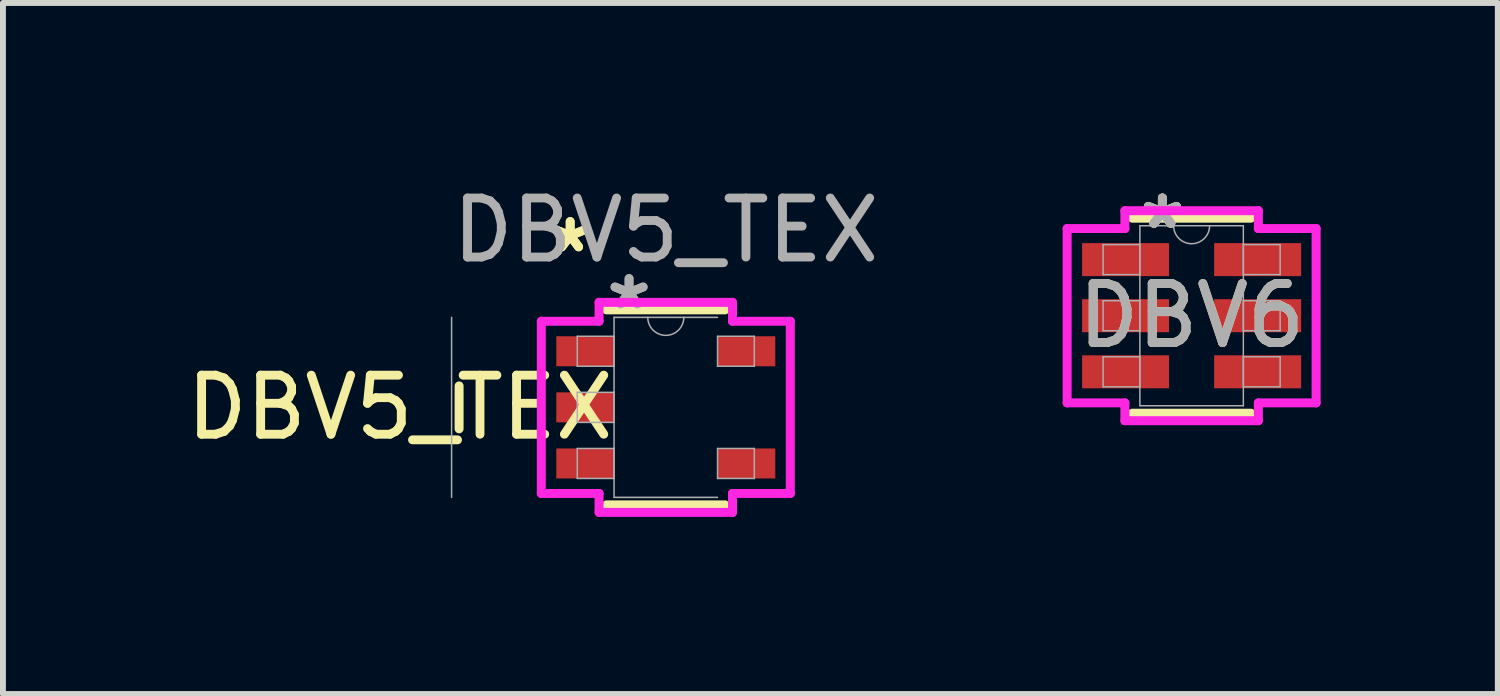
<source format=kicad_pcb>
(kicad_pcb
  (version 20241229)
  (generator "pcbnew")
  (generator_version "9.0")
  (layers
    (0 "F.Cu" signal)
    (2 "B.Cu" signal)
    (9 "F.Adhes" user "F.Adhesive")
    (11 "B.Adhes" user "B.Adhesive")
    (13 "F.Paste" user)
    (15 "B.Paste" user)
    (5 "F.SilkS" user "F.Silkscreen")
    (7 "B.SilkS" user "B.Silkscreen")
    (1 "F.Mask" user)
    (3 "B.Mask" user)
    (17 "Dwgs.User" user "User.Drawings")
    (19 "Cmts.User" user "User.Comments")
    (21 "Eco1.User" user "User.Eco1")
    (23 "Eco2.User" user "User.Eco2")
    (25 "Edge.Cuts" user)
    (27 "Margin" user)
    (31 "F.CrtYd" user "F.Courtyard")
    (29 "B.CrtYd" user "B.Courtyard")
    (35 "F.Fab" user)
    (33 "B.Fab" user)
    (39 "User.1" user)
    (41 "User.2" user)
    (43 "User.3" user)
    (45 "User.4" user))
  (footprint "DBV5_TEX"
    (layer "F.Cu")
    (at 8.224 3.848)
    (property "Reference" "DBV5_TEX" (at -4.503 0 0) (unlocked yes) (layer "F.SilkS") (effects (font (size 1 1) (thickness 0.15))))
    (attr smd)
    (fp_line (start -3.5 0.363) (end -3.5 -0.363) (stroke (width 0.152) (type solid)) (layer "F.SilkS"))
    (fp_line (start -1.003 1.651) (end 1.003 1.651) (stroke (width 0.152) (type solid)) (layer "F.SilkS"))
    (fp_line (start 1.003 -1.651) (end -1.003 -1.651) (stroke (width 0.152) (type solid)) (layer "F.SilkS"))
    (fp_line (start -2.108 -1.458) (end -1.13 -1.458) (stroke (width 0.152) (type solid)) (layer "F.CrtYd"))
    (fp_line (start -2.108 1.458) (end -2.108 -1.458) (stroke (width 0.152) (type solid)) (layer "F.CrtYd"))
    (fp_line (start -1.13 -1.778) (end 1.13 -1.778) (stroke (width 0.152) (type solid)) (layer "F.CrtYd"))
    (fp_line (start -1.13 -1.458) (end -1.13 -1.778) (stroke (width 0.152) (type solid)) (layer "F.CrtYd"))
    (fp_line (start -1.13 1.458) (end -2.108 1.458) (stroke (width 0.152) (type solid)) (layer "F.CrtYd"))
    (fp_line (start -1.13 1.778) (end -1.13 1.458) (stroke (width 0.152) (type solid)) (layer "F.CrtYd"))
    (fp_line (start 1.13 -1.778) (end 1.13 -1.458) (stroke (width 0.152) (type solid)) (layer "F.CrtYd"))
    (fp_line (start 1.13 -1.458) (end 2.108 -1.458) (stroke (width 0.152) (type solid)) (layer "F.CrtYd"))
    (fp_line (start 1.13 1.458) (end 1.13 1.778) (stroke (width 0.152) (type solid)) (layer "F.CrtYd"))
    (fp_line (start 1.13 1.778) (end -1.13 1.778) (stroke (width 0.152) (type solid)) (layer "F.CrtYd"))
    (fp_line (start 2.108 -1.458) (end 2.108 1.458) (stroke (width 0.152) (type solid)) (layer "F.CrtYd"))
    (fp_line (start 2.108 1.458) (end 1.13 1.458) (stroke (width 0.152) (type solid)) (layer "F.CrtYd"))
    (fp_line (start -3.627 1.524) (end -3.627 -1.524) (stroke (width 0.025) (type solid)) (layer "F.Fab"))
    (fp_line (start -1.499 -1.204) (end -1.499 -0.696) (stroke (width 0.025) (type solid)) (layer "F.Fab"))
    (fp_line (start -1.499 -0.696) (end -0.876 -0.696) (stroke (width 0.025) (type solid)) (layer "F.Fab"))
    (fp_line (start -1.499 -0.254) (end -1.499 0.254) (stroke (width 0.025) (type solid)) (layer "F.Fab"))
    (fp_line (start -1.499 0.254) (end -0.876 0.254) (stroke (width 0.025) (type solid)) (layer "F.Fab"))
    (fp_line (start -1.499 0.696) (end -1.499 1.204) (stroke (width 0.025) (type solid)) (layer "F.Fab"))
    (fp_line (start -1.499 1.204) (end -0.876 1.204) (stroke (width 0.025) (type solid)) (layer "F.Fab"))
    (fp_line (start -0.876 -1.524) (end -0.876 1.524) (stroke (width 0.025) (type solid)) (layer "F.Fab"))
    (fp_line (start -0.876 -1.204) (end -1.499 -1.204) (stroke (width 0.025) (type solid)) (layer "F.Fab"))
    (fp_line (start -0.876 -0.696) (end -0.876 -1.204) (stroke (width 0.025) (type solid)) (layer "F.Fab"))
    (fp_line (start -0.876 -0.254) (end -1.499 -0.254) (stroke (width 0.025) (type solid)) (layer "F.Fab"))
    (fp_line (start -0.876 0.254) (end -0.876 -0.254) (stroke (width 0.025) (type solid)) (layer "F.Fab"))
    (fp_line (start -0.876 0.696) (end -1.499 0.696) (stroke (width 0.025) (type solid)) (layer "F.Fab"))
    (fp_line (start -0.876 1.204) (end -0.876 0.696) (stroke (width 0.025) (type solid)) (layer "F.Fab"))
    (fp_line (start -0.876 1.524) (end 0.876 1.524) (stroke (width 0.025) (type solid)) (layer "F.Fab"))
    (fp_line (start 0.876 -1.524) (end -0.876 -1.524) (stroke (width 0.025) (type solid)) (layer "F.Fab"))
    (fp_line (start 0.876 -1.204) (end 0.876 -0.696) (stroke (width 0.025) (type solid)) (layer "F.Fab"))
    (fp_line (start 0.876 -0.696) (end 1.499 -0.696) (stroke (width 0.025) (type solid)) (layer "F.Fab"))
    (fp_line (start 0.876 0.696) (end 0.876 1.204) (stroke (width 0.025) (type solid)) (layer "F.Fab"))
    (fp_line (start 0.876 1.204) (end 1.499 1.204) (stroke (width 0.025) (type solid)) (layer "F.Fab"))
    (fp_line (start 1.499 -1.204) (end 0.876 -1.204) (stroke (width 0.025) (type solid)) (layer "F.Fab"))
    (fp_line (start 1.499 -0.696) (end 1.499 -1.204) (stroke (width 0.025) (type solid)) (layer "F.Fab"))
    (fp_line (start 1.499 0.696) (end 0.876 0.696) (stroke (width 0.025) (type solid)) (layer "F.Fab"))
    (fp_line (start 1.499 1.204) (end 1.499 0.696) (stroke (width 0.025) (type solid)) (layer "F.Fab"))
    (fp_arc (start 0.3048 -1.524) (mid 0 -1.2192) (end -0.3048 -1.524) (stroke (width 0.0254) (type solid)) (layer "F.Fab"))
    (fp_text user "*" (at -1.619 -2.601 0) (unlocked yes) (layer "F.SilkS") (effects (font (size 1 1) (thickness 0.15))))
    (fp_text user "*" (at -1.619 -2.601 0) (layer "F.SilkS") (effects (font (size 1 1) (thickness 0.15))))
    (fp_text user "*" (at -0.622 -1.636 0) (layer "F.Fab") (effects (font (size 1 1) (thickness 0.15))))
    (fp_text user "${REFERENCE}" (at 0 -3 0) (unlocked yes) (layer "F.Fab") (effects (font (size 1 1) (thickness 0.15))))
    (fp_text user "*" (at -0.622 -1.636 0) (unlocked yes) (layer "F.Fab") (effects (font (size 1 1) (thickness 0.15))))
    (pad "1" smd rect (at -1.365 -0.95) (size 0.978 0.508) (layers "F.Cu" "F.Mask" "F.Paste"))
    (pad "2" smd rect (at -1.365 0) (size 0.978 0.508) (layers "F.Cu" "F.Mask" "F.Paste"))
    (pad "3" smd rect (at -1.365 0.95) (size 0.978 0.508) (layers "F.Cu" "F.Mask" "F.Paste"))
    (pad "4" smd rect (at 1.365 0.95) (size 0.978 0.508) (layers "F.Cu" "F.Mask" "F.Paste"))
    (pad "5" smd rect (at 1.365 -0.95) (size 0.978 0.508) (layers "F.Cu" "F.Mask" "F.Paste")))
  (footprint "DBV6"
    (layer "F.Cu")
    (at 17.128 2.296)
    (property "Reference" "DBV6" (at 0 0 0) (unlocked yes) (layer "F.SilkS") (effects (font (size 1 1) (thickness 0.15))))
    (attr smd)
    (fp_line (start -1.003 1.651) (end 1.003 1.651) (stroke (width 0.152) (type solid)) (layer "F.SilkS"))
    (fp_line (start 1.003 -1.651) (end -1.003 -1.651) (stroke (width 0.152) (type solid)) (layer "F.SilkS"))
    (fp_line (start -2.108 -1.476) (end -1.13 -1.476) (stroke (width 0.152) (type solid)) (layer "F.CrtYd"))
    (fp_line (start -2.108 1.476) (end -2.108 -1.476) (stroke (width 0.152) (type solid)) (layer "F.CrtYd"))
    (fp_line (start -2.108 1.476) (end -1.13 1.476) (stroke (width 0.152) (type solid)) (layer "F.CrtYd"))
    (fp_line (start -1.13 -1.778) (end 1.13 -1.778) (stroke (width 0.152) (type solid)) (layer "F.CrtYd"))
    (fp_line (start -1.13 -1.476) (end -1.13 -1.778) (stroke (width 0.152) (type solid)) (layer "F.CrtYd"))
    (fp_line (start -1.13 1.778) (end -1.13 1.476) (stroke (width 0.152) (type solid)) (layer "F.CrtYd"))
    (fp_line (start 1.13 -1.778) (end 1.13 -1.476) (stroke (width 0.152) (type solid)) (layer "F.CrtYd"))
    (fp_line (start 1.13 1.476) (end 1.13 1.778) (stroke (width 0.152) (type solid)) (layer "F.CrtYd"))
    (fp_line (start 1.13 1.778) (end -1.13 1.778) (stroke (width 0.152) (type solid)) (layer "F.CrtYd"))
    (fp_line (start 2.108 -1.476) (end 1.13 -1.476) (stroke (width 0.152) (type solid)) (layer "F.CrtYd"))
    (fp_line (start 2.108 -1.476) (end 2.108 1.476) (stroke (width 0.152) (type solid)) (layer "F.CrtYd"))
    (fp_line (start 2.108 1.476) (end 1.13 1.476) (stroke (width 0.152) (type solid)) (layer "F.CrtYd"))
    (fp_line (start -1.499 -1.204) (end -1.499 -0.696) (stroke (width 0.025) (type solid)) (layer "F.Fab"))
    (fp_line (start -1.499 -0.696) (end -0.876 -0.696) (stroke (width 0.025) (type solid)) (layer "F.Fab"))
    (fp_line (start -1.499 -0.254) (end -1.499 0.254) (stroke (width 0.025) (type solid)) (layer "F.Fab"))
    (fp_line (start -1.499 0.254) (end -0.876 0.254) (stroke (width 0.025) (type solid)) (layer "F.Fab"))
    (fp_line (start -1.499 0.696) (end -1.499 1.204) (stroke (width 0.025) (type solid)) (layer "F.Fab"))
    (fp_line (start -1.499 1.204) (end -0.876 1.204) (stroke (width 0.025) (type solid)) (layer "F.Fab"))
    (fp_line (start -0.876 -1.524) (end -0.876 1.524) (stroke (width 0.025) (type solid)) (layer "F.Fab"))
    (fp_line (start -0.876 -1.204) (end -1.499 -1.204) (stroke (width 0.025) (type solid)) (layer "F.Fab"))
    (fp_line (start -0.876 -0.696) (end -0.876 -1.204) (stroke (width 0.025) (type solid)) (layer "F.Fab"))
    (fp_line (start -0.876 -0.254) (end -1.499 -0.254) (stroke (width 0.025) (type solid)) (layer "F.Fab"))
    (fp_line (start -0.876 0.254) (end -0.876 -0.254) (stroke (width 0.025) (type solid)) (layer "F.Fab"))
    (fp_line (start -0.876 0.696) (end -1.499 0.696) (stroke (width 0.025) (type solid)) (layer "F.Fab"))
    (fp_line (start -0.876 1.204) (end -0.876 0.696) (stroke (width 0.025) (type solid)) (layer "F.Fab"))
    (fp_line (start -0.876 1.524) (end 0.876 1.524) (stroke (width 0.025) (type solid)) (layer "F.Fab"))
    (fp_line (start 0.876 -1.524) (end -0.876 -1.524) (stroke (width 0.025) (type solid)) (layer "F.Fab"))
    (fp_line (start 0.876 -1.204) (end 0.876 -0.696) (stroke (width 0.025) (type solid)) (layer "F.Fab"))
    (fp_line (start 0.876 -0.696) (end 1.499 -0.696) (stroke (width 0.025) (type solid)) (layer "F.Fab"))
    (fp_line (start 0.876 -0.254) (end 0.876 0.254) (stroke (width 0.025) (type solid)) (layer "F.Fab"))
    (fp_line (start 0.876 0.254) (end 1.499 0.254) (stroke (width 0.025) (type solid)) (layer "F.Fab"))
    (fp_line (start 0.876 0.696) (end 0.876 1.204) (stroke (width 0.025) (type solid)) (layer "F.Fab"))
    (fp_line (start 0.876 1.204) (end 1.499 1.204) (stroke (width 0.025) (type solid)) (layer "F.Fab"))
    (fp_line (start 0.876 1.524) (end 0.876 -1.524) (stroke (width 0.025) (type solid)) (layer "F.Fab"))
    (fp_line (start 1.499 -1.204) (end 0.876 -1.204) (stroke (width 0.025) (type solid)) (layer "F.Fab"))
    (fp_line (start 1.499 -0.696) (end 1.499 -1.204) (stroke (width 0.025) (type solid)) (layer "F.Fab"))
    (fp_line (start 1.499 -0.254) (end 0.876 -0.254) (stroke (width 0.025) (type solid)) (layer "F.Fab"))
    (fp_line (start 1.499 0.254) (end 1.499 -0.254) (stroke (width 0.025) (type solid)) (layer "F.Fab"))
    (fp_line (start 1.499 0.696) (end 0.876 0.696) (stroke (width 0.025) (type solid)) (layer "F.Fab"))
    (fp_line (start 1.499 1.204) (end 1.499 0.696) (stroke (width 0.025) (type solid)) (layer "F.Fab"))
    (fp_arc (start 0.3048 -1.524) (mid 0 -1.2192) (end -0.3048 -1.524) (stroke (width 0.0254) (type solid)) (layer "F.Fab"))
    (fp_text user "*" (at -0.495 -1.448 0) (unlocked yes) (layer "F.SilkS") (effects (font (size 1 1) (thickness 0.15))))
    (fp_text user "*" (at -0.495 -1.448 0) (layer "F.SilkS") (effects (font (size 1 1) (thickness 0.15))))
    (fp_text user "*" (at -0.495 -1.448 0) (layer "F.Fab") (effects (font (size 1 1) (thickness 0.15))))
    (fp_text user "${REFERENCE}" (at 0 0 0) (unlocked yes) (layer "F.Fab") (effects (font (size 1 1) (thickness 0.15))))
    (fp_text user "*" (at -0.495 -1.448 0) (unlocked yes) (layer "F.Fab") (effects (font (size 1 1) (thickness 0.15))))
    (pad "1" smd rect (at -1.118 -0.95) (size 1.473 0.559) (layers "F.Cu" "F.Mask" "F.Paste"))
    (pad "2" smd rect (at -1.118 0) (size 1.473 0.559) (layers "F.Cu" "F.Mask" "F.Paste"))
    (pad "3" smd rect (at -1.118 0.95) (size 1.473 0.559) (layers "F.Cu" "F.Mask" "F.Paste"))
    (pad "4" smd rect (at 1.118 0.95) (size 1.473 0.559) (layers "F.Cu" "F.Mask" "F.Paste"))
    (pad "5" smd rect (at 1.118 0) (size 1.473 0.559) (layers "F.Cu" "F.Mask" "F.Paste"))
    (pad "6" smd rect (at 1.118 -0.95) (size 1.473 0.559) (layers "F.Cu" "F.Mask" "F.Paste")))
  (gr_rect
    (start -3 -3)
    (end 22.313 8.702)
    (stroke (width 0.1) (type default))
    (fill no)
    (layer "Edge.Cuts")))
</source>
